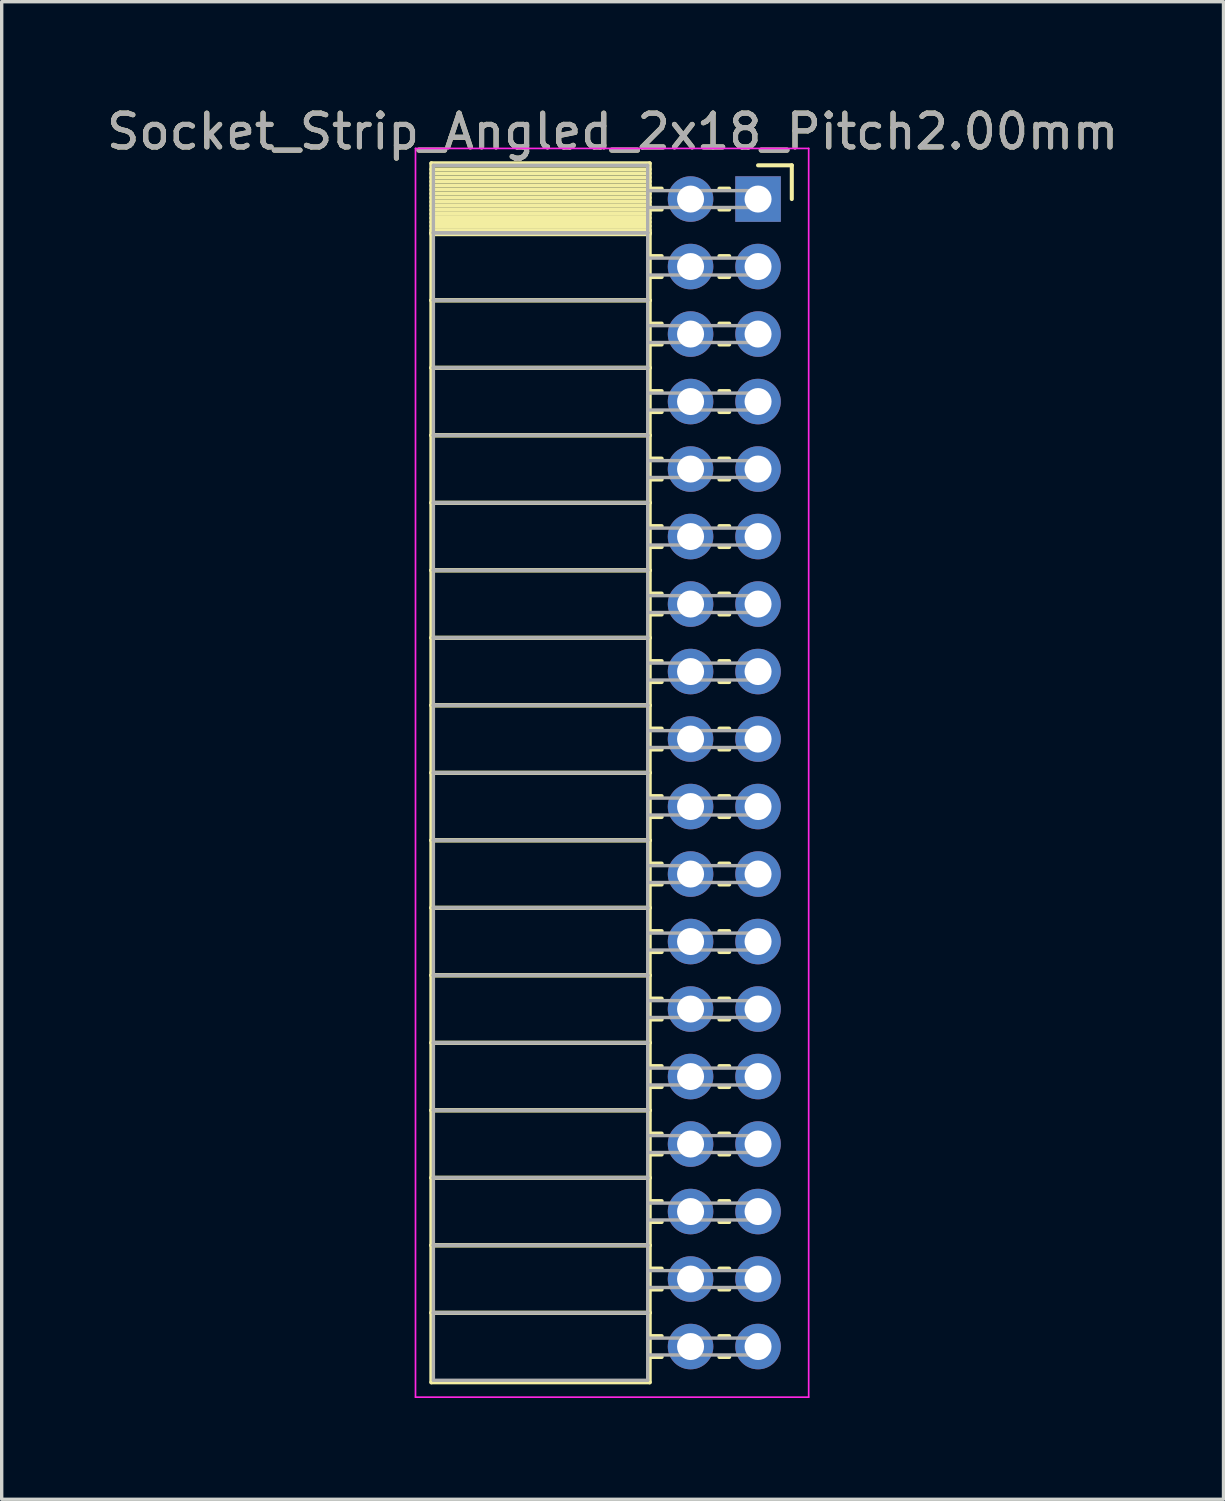
<source format=kicad_pcb>
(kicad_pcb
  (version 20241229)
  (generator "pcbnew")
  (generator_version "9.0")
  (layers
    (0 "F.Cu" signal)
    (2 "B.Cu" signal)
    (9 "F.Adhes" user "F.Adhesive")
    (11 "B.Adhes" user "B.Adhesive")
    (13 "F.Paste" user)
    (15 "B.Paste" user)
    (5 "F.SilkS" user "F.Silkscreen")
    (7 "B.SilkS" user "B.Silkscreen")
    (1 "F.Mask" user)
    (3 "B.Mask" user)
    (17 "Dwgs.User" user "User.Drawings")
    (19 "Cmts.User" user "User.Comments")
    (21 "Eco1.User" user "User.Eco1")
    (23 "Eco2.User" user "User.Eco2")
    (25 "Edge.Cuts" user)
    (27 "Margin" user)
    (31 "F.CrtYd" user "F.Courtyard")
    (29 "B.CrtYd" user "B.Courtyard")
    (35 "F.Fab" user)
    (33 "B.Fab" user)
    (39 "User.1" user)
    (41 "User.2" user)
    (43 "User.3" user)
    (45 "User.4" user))
  (footprint "Socket_Strip_Angled_2x18_Pitch2.00mm"
    (layer "F.Cu")
    (at 19.411 2.848)
    (property "Reference" "Socket_Strip_Angled_2x18_Pitch2.00mm" (at -4.31 -2 0) (layer "F.SilkS") (effects (font (size 1 1) (thickness 0.15))))
    (attr through_hole)
    (fp_line (start -9.68 -1.06) (end -3.21 -1.06) (stroke (width 0.12) (type solid)) (layer "F.SilkS"))
    (fp_line (start -9.68 1) (end -9.68 -1.06) (stroke (width 0.12) (type solid)) (layer "F.SilkS"))
    (fp_line (start -9.68 1) (end -3.21 1) (stroke (width 0.12) (type solid)) (layer "F.SilkS"))
    (fp_line (start -9.68 3) (end -9.68 1) (stroke (width 0.12) (type solid)) (layer "F.SilkS"))
    (fp_line (start -9.68 3) (end -3.21 3) (stroke (width 0.12) (type solid)) (layer "F.SilkS"))
    (fp_line (start -9.68 5) (end -9.68 3) (stroke (width 0.12) (type solid)) (layer "F.SilkS"))
    (fp_line (start -9.68 5) (end -3.21 5) (stroke (width 0.12) (type solid)) (layer "F.SilkS"))
    (fp_line (start -9.68 7) (end -9.68 5) (stroke (width 0.12) (type solid)) (layer "F.SilkS"))
    (fp_line (start -9.68 7) (end -3.21 7) (stroke (width 0.12) (type solid)) (layer "F.SilkS"))
    (fp_line (start -9.68 9) (end -9.68 7) (stroke (width 0.12) (type solid)) (layer "F.SilkS"))
    (fp_line (start -9.68 9) (end -3.21 9) (stroke (width 0.12) (type solid)) (layer "F.SilkS"))
    (fp_line (start -9.68 11) (end -9.68 9) (stroke (width 0.12) (type solid)) (layer "F.SilkS"))
    (fp_line (start -9.68 11) (end -3.21 11) (stroke (width 0.12) (type solid)) (layer "F.SilkS"))
    (fp_line (start -9.68 13) (end -9.68 11) (stroke (width 0.12) (type solid)) (layer "F.SilkS"))
    (fp_line (start -9.68 13) (end -3.21 13) (stroke (width 0.12) (type solid)) (layer "F.SilkS"))
    (fp_line (start -9.68 15) (end -9.68 13) (stroke (width 0.12) (type solid)) (layer "F.SilkS"))
    (fp_line (start -9.68 15) (end -3.21 15) (stroke (width 0.12) (type solid)) (layer "F.SilkS"))
    (fp_line (start -9.68 17) (end -9.68 15) (stroke (width 0.12) (type solid)) (layer "F.SilkS"))
    (fp_line (start -9.68 17) (end -3.21 17) (stroke (width 0.12) (type solid)) (layer "F.SilkS"))
    (fp_line (start -9.68 19) (end -9.68 17) (stroke (width 0.12) (type solid)) (layer "F.SilkS"))
    (fp_line (start -9.68 19) (end -3.21 19) (stroke (width 0.12) (type solid)) (layer "F.SilkS"))
    (fp_line (start -9.68 21) (end -9.68 19) (stroke (width 0.12) (type solid)) (layer "F.SilkS"))
    (fp_line (start -9.68 21) (end -3.21 21) (stroke (width 0.12) (type solid)) (layer "F.SilkS"))
    (fp_line (start -9.68 23) (end -9.68 21) (stroke (width 0.12) (type solid)) (layer "F.SilkS"))
    (fp_line (start -9.68 23) (end -3.21 23) (stroke (width 0.12) (type solid)) (layer "F.SilkS"))
    (fp_line (start -9.68 25) (end -9.68 23) (stroke (width 0.12) (type solid)) (layer "F.SilkS"))
    (fp_line (start -9.68 25) (end -3.21 25) (stroke (width 0.12) (type solid)) (layer "F.SilkS"))
    (fp_line (start -9.68 27) (end -9.68 25) (stroke (width 0.12) (type solid)) (layer "F.SilkS"))
    (fp_line (start -9.68 27) (end -3.21 27) (stroke (width 0.12) (type solid)) (layer "F.SilkS"))
    (fp_line (start -9.68 29) (end -9.68 27) (stroke (width 0.12) (type solid)) (layer "F.SilkS"))
    (fp_line (start -9.68 29) (end -3.21 29) (stroke (width 0.12) (type solid)) (layer "F.SilkS"))
    (fp_line (start -9.68 31) (end -9.68 29) (stroke (width 0.12) (type solid)) (layer "F.SilkS"))
    (fp_line (start -9.68 31) (end -3.21 31) (stroke (width 0.12) (type solid)) (layer "F.SilkS"))
    (fp_line (start -9.68 33) (end -9.68 31) (stroke (width 0.12) (type solid)) (layer "F.SilkS"))
    (fp_line (start -9.68 33) (end -3.21 33) (stroke (width 0.12) (type solid)) (layer "F.SilkS"))
    (fp_line (start -9.68 35.06) (end -9.68 33) (stroke (width 0.12) (type solid)) (layer "F.SilkS"))
    (fp_line (start -3.21 -1.06) (end -3.21 1) (stroke (width 0.12) (type solid)) (layer "F.SilkS"))
    (fp_line (start -3.21 -0.88) (end -9.68 -0.88) (stroke (width 0.12) (type solid)) (layer "F.SilkS"))
    (fp_line (start -3.21 -0.76) (end -9.68 -0.76) (stroke (width 0.12) (type solid)) (layer "F.SilkS"))
    (fp_line (start -3.21 -0.64) (end -9.68 -0.64) (stroke (width 0.12) (type solid)) (layer "F.SilkS"))
    (fp_line (start -3.21 -0.52) (end -9.68 -0.52) (stroke (width 0.12) (type solid)) (layer "F.SilkS"))
    (fp_line (start -3.21 -0.4) (end -9.68 -0.4) (stroke (width 0.12) (type solid)) (layer "F.SilkS"))
    (fp_line (start -3.21 -0.28) (end -9.68 -0.28) (stroke (width 0.12) (type solid)) (layer "F.SilkS"))
    (fp_line (start -3.21 -0.16) (end -9.68 -0.16) (stroke (width 0.12) (type solid)) (layer "F.SilkS"))
    (fp_line (start -3.21 -0.04) (end -9.68 -0.04) (stroke (width 0.12) (type solid)) (layer "F.SilkS"))
    (fp_line (start -3.21 0.08) (end -9.68 0.08) (stroke (width 0.12) (type solid)) (layer "F.SilkS"))
    (fp_line (start -3.21 0.2) (end -9.68 0.2) (stroke (width 0.12) (type solid)) (layer "F.SilkS"))
    (fp_line (start -3.21 0.32) (end -9.68 0.32) (stroke (width 0.12) (type solid)) (layer "F.SilkS"))
    (fp_line (start -3.21 0.44) (end -9.68 0.44) (stroke (width 0.12) (type solid)) (layer "F.SilkS"))
    (fp_line (start -3.21 0.56) (end -9.68 0.56) (stroke (width 0.12) (type solid)) (layer "F.SilkS"))
    (fp_line (start -3.21 0.68) (end -9.68 0.68) (stroke (width 0.12) (type solid)) (layer "F.SilkS"))
    (fp_line (start -3.21 0.8) (end -9.68 0.8) (stroke (width 0.12) (type solid)) (layer "F.SilkS"))
    (fp_line (start -3.21 0.92) (end -9.68 0.92) (stroke (width 0.12) (type solid)) (layer "F.SilkS"))
    (fp_line (start -3.21 1) (end -9.68 1) (stroke (width 0.12) (type solid)) (layer "F.SilkS"))
    (fp_line (start -3.21 1) (end -3.21 3) (stroke (width 0.12) (type solid)) (layer "F.SilkS"))
    (fp_line (start -3.21 1.04) (end -9.68 1.04) (stroke (width 0.12) (type solid)) (layer "F.SilkS"))
    (fp_line (start -3.21 3) (end -9.68 3) (stroke (width 0.12) (type solid)) (layer "F.SilkS"))
    (fp_line (start -3.21 3) (end -3.21 5) (stroke (width 0.12) (type solid)) (layer "F.SilkS"))
    (fp_line (start -3.21 5) (end -9.68 5) (stroke (width 0.12) (type solid)) (layer "F.SilkS"))
    (fp_line (start -3.21 5) (end -3.21 7) (stroke (width 0.12) (type solid)) (layer "F.SilkS"))
    (fp_line (start -3.21 7) (end -9.68 7) (stroke (width 0.12) (type solid)) (layer "F.SilkS"))
    (fp_line (start -3.21 7) (end -3.21 9) (stroke (width 0.12) (type solid)) (layer "F.SilkS"))
    (fp_line (start -3.21 9) (end -9.68 9) (stroke (width 0.12) (type solid)) (layer "F.SilkS"))
    (fp_line (start -3.21 9) (end -3.21 11) (stroke (width 0.12) (type solid)) (layer "F.SilkS"))
    (fp_line (start -3.21 11) (end -9.68 11) (stroke (width 0.12) (type solid)) (layer "F.SilkS"))
    (fp_line (start -3.21 11) (end -3.21 13) (stroke (width 0.12) (type solid)) (layer "F.SilkS"))
    (fp_line (start -3.21 13) (end -9.68 13) (stroke (width 0.12) (type solid)) (layer "F.SilkS"))
    (fp_line (start -3.21 13) (end -3.21 15) (stroke (width 0.12) (type solid)) (layer "F.SilkS"))
    (fp_line (start -3.21 15) (end -9.68 15) (stroke (width 0.12) (type solid)) (layer "F.SilkS"))
    (fp_line (start -3.21 15) (end -3.21 17) (stroke (width 0.12) (type solid)) (layer "F.SilkS"))
    (fp_line (start -3.21 17) (end -9.68 17) (stroke (width 0.12) (type solid)) (layer "F.SilkS"))
    (fp_line (start -3.21 17) (end -3.21 19) (stroke (width 0.12) (type solid)) (layer "F.SilkS"))
    (fp_line (start -3.21 19) (end -9.68 19) (stroke (width 0.12) (type solid)) (layer "F.SilkS"))
    (fp_line (start -3.21 19) (end -3.21 21) (stroke (width 0.12) (type solid)) (layer "F.SilkS"))
    (fp_line (start -3.21 21) (end -9.68 21) (stroke (width 0.12) (type solid)) (layer "F.SilkS"))
    (fp_line (start -3.21 21) (end -3.21 23) (stroke (width 0.12) (type solid)) (layer "F.SilkS"))
    (fp_line (start -3.21 23) (end -9.68 23) (stroke (width 0.12) (type solid)) (layer "F.SilkS"))
    (fp_line (start -3.21 23) (end -3.21 25) (stroke (width 0.12) (type solid)) (layer "F.SilkS"))
    (fp_line (start -3.21 25) (end -9.68 25) (stroke (width 0.12) (type solid)) (layer "F.SilkS"))
    (fp_line (start -3.21 25) (end -3.21 27) (stroke (width 0.12) (type solid)) (layer "F.SilkS"))
    (fp_line (start -3.21 27) (end -9.68 27) (stroke (width 0.12) (type solid)) (layer "F.SilkS"))
    (fp_line (start -3.21 27) (end -3.21 29) (stroke (width 0.12) (type solid)) (layer "F.SilkS"))
    (fp_line (start -3.21 29) (end -9.68 29) (stroke (width 0.12) (type solid)) (layer "F.SilkS"))
    (fp_line (start -3.21 29) (end -3.21 31) (stroke (width 0.12) (type solid)) (layer "F.SilkS"))
    (fp_line (start -3.21 31) (end -9.68 31) (stroke (width 0.12) (type solid)) (layer "F.SilkS"))
    (fp_line (start -3.21 31) (end -3.21 33) (stroke (width 0.12) (type solid)) (layer "F.SilkS"))
    (fp_line (start -3.21 33) (end -9.68 33) (stroke (width 0.12) (type solid)) (layer "F.SilkS"))
    (fp_line (start -3.21 33) (end -3.21 35.06) (stroke (width 0.12) (type solid)) (layer "F.SilkS"))
    (fp_line (start -3.21 35.06) (end -9.68 35.06) (stroke (width 0.12) (type solid)) (layer "F.SilkS"))
    (fp_line (start -2.855 -0.31) (end -3.21 -0.31) (stroke (width 0.12) (type solid)) (layer "F.SilkS"))
    (fp_line (start -2.855 0.31) (end -3.21 0.31) (stroke (width 0.12) (type solid)) (layer "F.SilkS"))
    (fp_line (start -2.855 1.69) (end -3.21 1.69) (stroke (width 0.12) (type solid)) (layer "F.SilkS"))
    (fp_line (start -2.855 2.31) (end -3.21 2.31) (stroke (width 0.12) (type solid)) (layer "F.SilkS"))
    (fp_line (start -2.855 3.69) (end -3.21 3.69) (stroke (width 0.12) (type solid)) (layer "F.SilkS"))
    (fp_line (start -2.855 4.31) (end -3.21 4.31) (stroke (width 0.12) (type solid)) (layer "F.SilkS"))
    (fp_line (start -2.855 5.69) (end -3.21 5.69) (stroke (width 0.12) (type solid)) (layer "F.SilkS"))
    (fp_line (start -2.855 6.31) (end -3.21 6.31) (stroke (width 0.12) (type solid)) (layer "F.SilkS"))
    (fp_line (start -2.855 7.69) (end -3.21 7.69) (stroke (width 0.12) (type solid)) (layer "F.SilkS"))
    (fp_line (start -2.855 8.31) (end -3.21 8.31) (stroke (width 0.12) (type solid)) (layer "F.SilkS"))
    (fp_line (start -2.855 9.69) (end -3.21 9.69) (stroke (width 0.12) (type solid)) (layer "F.SilkS"))
    (fp_line (start -2.855 10.31) (end -3.21 10.31) (stroke (width 0.12) (type solid)) (layer "F.SilkS"))
    (fp_line (start -2.855 11.69) (end -3.21 11.69) (stroke (width 0.12) (type solid)) (layer "F.SilkS"))
    (fp_line (start -2.855 12.31) (end -3.21 12.31) (stroke (width 0.12) (type solid)) (layer "F.SilkS"))
    (fp_line (start -2.855 13.69) (end -3.21 13.69) (stroke (width 0.12) (type solid)) (layer "F.SilkS"))
    (fp_line (start -2.855 14.31) (end -3.21 14.31) (stroke (width 0.12) (type solid)) (layer "F.SilkS"))
    (fp_line (start -2.855 15.69) (end -3.21 15.69) (stroke (width 0.12) (type solid)) (layer "F.SilkS"))
    (fp_line (start -2.855 16.31) (end -3.21 16.31) (stroke (width 0.12) (type solid)) (layer "F.SilkS"))
    (fp_line (start -2.855 17.69) (end -3.21 17.69) (stroke (width 0.12) (type solid)) (layer "F.SilkS"))
    (fp_line (start -2.855 18.31) (end -3.21 18.31) (stroke (width 0.12) (type solid)) (layer "F.SilkS"))
    (fp_line (start -2.855 19.69) (end -3.21 19.69) (stroke (width 0.12) (type solid)) (layer "F.SilkS"))
    (fp_line (start -2.855 20.31) (end -3.21 20.31) (stroke (width 0.12) (type solid)) (layer "F.SilkS"))
    (fp_line (start -2.855 21.69) (end -3.21 21.69) (stroke (width 0.12) (type solid)) (layer "F.SilkS"))
    (fp_line (start -2.855 22.31) (end -3.21 22.31) (stroke (width 0.12) (type solid)) (layer "F.SilkS"))
    (fp_line (start -2.855 23.69) (end -3.21 23.69) (stroke (width 0.12) (type solid)) (layer "F.SilkS"))
    (fp_line (start -2.855 24.31) (end -3.21 24.31) (stroke (width 0.12) (type solid)) (layer "F.SilkS"))
    (fp_line (start -2.855 25.69) (end -3.21 25.69) (stroke (width 0.12) (type solid)) (layer "F.SilkS"))
    (fp_line (start -2.855 26.31) (end -3.21 26.31) (stroke (width 0.12) (type solid)) (layer "F.SilkS"))
    (fp_line (start -2.855 27.69) (end -3.21 27.69) (stroke (width 0.12) (type solid)) (layer "F.SilkS"))
    (fp_line (start -2.855 28.31) (end -3.21 28.31) (stroke (width 0.12) (type solid)) (layer "F.SilkS"))
    (fp_line (start -2.855 29.69) (end -3.21 29.69) (stroke (width 0.12) (type solid)) (layer "F.SilkS"))
    (fp_line (start -2.855 30.31) (end -3.21 30.31) (stroke (width 0.12) (type solid)) (layer "F.SilkS"))
    (fp_line (start -2.855 31.69) (end -3.21 31.69) (stroke (width 0.12) (type solid)) (layer "F.SilkS"))
    (fp_line (start -2.855 32.31) (end -3.21 32.31) (stroke (width 0.12) (type solid)) (layer "F.SilkS"))
    (fp_line (start -2.855 33.69) (end -3.21 33.69) (stroke (width 0.12) (type solid)) (layer "F.SilkS"))
    (fp_line (start -2.855 34.31) (end -3.21 34.31) (stroke (width 0.12) (type solid)) (layer "F.SilkS"))
    (fp_line (start -0.855 -0.31) (end -1.145 -0.31) (stroke (width 0.12) (type solid)) (layer "F.SilkS"))
    (fp_line (start -0.855 0.31) (end -1.145 0.31) (stroke (width 0.12) (type solid)) (layer "F.SilkS"))
    (fp_line (start -0.855 1.69) (end -1.145 1.69) (stroke (width 0.12) (type solid)) (layer "F.SilkS"))
    (fp_line (start -0.855 2.31) (end -1.145 2.31) (stroke (width 0.12) (type solid)) (layer "F.SilkS"))
    (fp_line (start -0.855 3.69) (end -1.145 3.69) (stroke (width 0.12) (type solid)) (layer "F.SilkS"))
    (fp_line (start -0.855 4.31) (end -1.145 4.31) (stroke (width 0.12) (type solid)) (layer "F.SilkS"))
    (fp_line (start -0.855 5.69) (end -1.145 5.69) (stroke (width 0.12) (type solid)) (layer "F.SilkS"))
    (fp_line (start -0.855 6.31) (end -1.145 6.31) (stroke (width 0.12) (type solid)) (layer "F.SilkS"))
    (fp_line (start -0.855 7.69) (end -1.145 7.69) (stroke (width 0.12) (type solid)) (layer "F.SilkS"))
    (fp_line (start -0.855 8.31) (end -1.145 8.31) (stroke (width 0.12) (type solid)) (layer "F.SilkS"))
    (fp_line (start -0.855 9.69) (end -1.145 9.69) (stroke (width 0.12) (type solid)) (layer "F.SilkS"))
    (fp_line (start -0.855 10.31) (end -1.145 10.31) (stroke (width 0.12) (type solid)) (layer "F.SilkS"))
    (fp_line (start -0.855 11.69) (end -1.145 11.69) (stroke (width 0.12) (type solid)) (layer "F.SilkS"))
    (fp_line (start -0.855 12.31) (end -1.145 12.31) (stroke (width 0.12) (type solid)) (layer "F.SilkS"))
    (fp_line (start -0.855 13.69) (end -1.145 13.69) (stroke (width 0.12) (type solid)) (layer "F.SilkS"))
    (fp_line (start -0.855 14.31) (end -1.145 14.31) (stroke (width 0.12) (type solid)) (layer "F.SilkS"))
    (fp_line (start -0.855 15.69) (end -1.145 15.69) (stroke (width 0.12) (type solid)) (layer "F.SilkS"))
    (fp_line (start -0.855 16.31) (end -1.145 16.31) (stroke (width 0.12) (type solid)) (layer "F.SilkS"))
    (fp_line (start -0.855 17.69) (end -1.145 17.69) (stroke (width 0.12) (type solid)) (layer "F.SilkS"))
    (fp_line (start -0.855 18.31) (end -1.145 18.31) (stroke (width 0.12) (type solid)) (layer "F.SilkS"))
    (fp_line (start -0.855 19.69) (end -1.145 19.69) (stroke (width 0.12) (type solid)) (layer "F.SilkS"))
    (fp_line (start -0.855 20.31) (end -1.145 20.31) (stroke (width 0.12) (type solid)) (layer "F.SilkS"))
    (fp_line (start -0.855 21.69) (end -1.145 21.69) (stroke (width 0.12) (type solid)) (layer "F.SilkS"))
    (fp_line (start -0.855 22.31) (end -1.145 22.31) (stroke (width 0.12) (type solid)) (layer "F.SilkS"))
    (fp_line (start -0.855 23.69) (end -1.145 23.69) (stroke (width 0.12) (type solid)) (layer "F.SilkS"))
    (fp_line (start -0.855 24.31) (end -1.145 24.31) (stroke (width 0.12) (type solid)) (layer "F.SilkS"))
    (fp_line (start -0.855 25.69) (end -1.145 25.69) (stroke (width 0.12) (type solid)) (layer "F.SilkS"))
    (fp_line (start -0.855 26.31) (end -1.145 26.31) (stroke (width 0.12) (type solid)) (layer "F.SilkS"))
    (fp_line (start -0.855 27.69) (end -1.145 27.69) (stroke (width 0.12) (type solid)) (layer "F.SilkS"))
    (fp_line (start -0.855 28.31) (end -1.145 28.31) (stroke (width 0.12) (type solid)) (layer "F.SilkS"))
    (fp_line (start -0.855 29.69) (end -1.145 29.69) (stroke (width 0.12) (type solid)) (layer "F.SilkS"))
    (fp_line (start -0.855 30.31) (end -1.145 30.31) (stroke (width 0.12) (type solid)) (layer "F.SilkS"))
    (fp_line (start -0.855 31.69) (end -1.145 31.69) (stroke (width 0.12) (type solid)) (layer "F.SilkS"))
    (fp_line (start -0.855 32.31) (end -1.145 32.31) (stroke (width 0.12) (type solid)) (layer "F.SilkS"))
    (fp_line (start -0.855 33.69) (end -1.145 33.69) (stroke (width 0.12) (type solid)) (layer "F.SilkS"))
    (fp_line (start -0.855 34.31) (end -1.145 34.31) (stroke (width 0.12) (type solid)) (layer "F.SilkS"))
    (fp_line (start 0 -1) (end 1 -1) (stroke (width 0.12) (type solid)) (layer "F.SilkS"))
    (fp_line (start 1 -1) (end 1 0) (stroke (width 0.12) (type solid)) (layer "F.SilkS"))
    (fp_line (start -10.15 -1.5) (end 1.5 -1.5) (stroke (width 0.05) (type solid)) (layer "F.CrtYd"))
    (fp_line (start -10.15 35.5) (end -10.15 -1.5) (stroke (width 0.05) (type solid)) (layer "F.CrtYd"))
    (fp_line (start 1.5 -1.5) (end 1.5 35.5) (stroke (width 0.05) (type solid)) (layer "F.CrtYd"))
    (fp_line (start 1.5 35.5) (end -10.15 35.5) (stroke (width 0.05) (type solid)) (layer "F.CrtYd"))
    (fp_line (start -9.62 -1) (end -3.27 -1) (stroke (width 0.1) (type solid)) (layer "F.Fab"))
    (fp_line (start -9.62 1) (end -9.62 -1) (stroke (width 0.1) (type solid)) (layer "F.Fab"))
    (fp_line (start -9.62 1) (end -3.27 1) (stroke (width 0.1) (type solid)) (layer "F.Fab"))
    (fp_line (start -9.62 3) (end -9.62 1) (stroke (width 0.1) (type solid)) (layer "F.Fab"))
    (fp_line (start -9.62 3) (end -3.27 3) (stroke (width 0.1) (type solid)) (layer "F.Fab"))
    (fp_line (start -9.62 5) (end -9.62 3) (stroke (width 0.1) (type solid)) (layer "F.Fab"))
    (fp_line (start -9.62 5) (end -3.27 5) (stroke (width 0.1) (type solid)) (layer "F.Fab"))
    (fp_line (start -9.62 7) (end -9.62 5) (stroke (width 0.1) (type solid)) (layer "F.Fab"))
    (fp_line (start -9.62 7) (end -3.27 7) (stroke (width 0.1) (type solid)) (layer "F.Fab"))
    (fp_line (start -9.62 9) (end -9.62 7) (stroke (width 0.1) (type solid)) (layer "F.Fab"))
    (fp_line (start -9.62 9) (end -3.27 9) (stroke (width 0.1) (type solid)) (layer "F.Fab"))
    (fp_line (start -9.62 11) (end -9.62 9) (stroke (width 0.1) (type solid)) (layer "F.Fab"))
    (fp_line (start -9.62 11) (end -3.27 11) (stroke (width 0.1) (type solid)) (layer "F.Fab"))
    (fp_line (start -9.62 13) (end -9.62 11) (stroke (width 0.1) (type solid)) (layer "F.Fab"))
    (fp_line (start -9.62 13) (end -3.27 13) (stroke (width 0.1) (type solid)) (layer "F.Fab"))
    (fp_line (start -9.62 15) (end -9.62 13) (stroke (width 0.1) (type solid)) (layer "F.Fab"))
    (fp_line (start -9.62 15) (end -3.27 15) (stroke (width 0.1) (type solid)) (layer "F.Fab"))
    (fp_line (start -9.62 17) (end -9.62 15) (stroke (width 0.1) (type solid)) (layer "F.Fab"))
    (fp_line (start -9.62 17) (end -3.27 17) (stroke (width 0.1) (type solid)) (layer "F.Fab"))
    (fp_line (start -9.62 19) (end -9.62 17) (stroke (width 0.1) (type solid)) (layer "F.Fab"))
    (fp_line (start -9.62 19) (end -3.27 19) (stroke (width 0.1) (type solid)) (layer "F.Fab"))
    (fp_line (start -9.62 21) (end -9.62 19) (stroke (width 0.1) (type solid)) (layer "F.Fab"))
    (fp_line (start -9.62 21) (end -3.27 21) (stroke (width 0.1) (type solid)) (layer "F.Fab"))
    (fp_line (start -9.62 23) (end -9.62 21) (stroke (width 0.1) (type solid)) (layer "F.Fab"))
    (fp_line (start -9.62 23) (end -3.27 23) (stroke (width 0.1) (type solid)) (layer "F.Fab"))
    (fp_line (start -9.62 25) (end -9.62 23) (stroke (width 0.1) (type solid)) (layer "F.Fab"))
    (fp_line (start -9.62 25) (end -3.27 25) (stroke (width 0.1) (type solid)) (layer "F.Fab"))
    (fp_line (start -9.62 27) (end -9.62 25) (stroke (width 0.1) (type solid)) (layer "F.Fab"))
    (fp_line (start -9.62 27) (end -3.27 27) (stroke (width 0.1) (type solid)) (layer "F.Fab"))
    (fp_line (start -9.62 29) (end -9.62 27) (stroke (width 0.1) (type solid)) (layer "F.Fab"))
    (fp_line (start -9.62 29) (end -3.27 29) (stroke (width 0.1) (type solid)) (layer "F.Fab"))
    (fp_line (start -9.62 31) (end -9.62 29) (stroke (width 0.1) (type solid)) (layer "F.Fab"))
    (fp_line (start -9.62 31) (end -3.27 31) (stroke (width 0.1) (type solid)) (layer "F.Fab"))
    (fp_line (start -9.62 33) (end -9.62 31) (stroke (width 0.1) (type solid)) (layer "F.Fab"))
    (fp_line (start -9.62 33) (end -3.27 33) (stroke (width 0.1) (type solid)) (layer "F.Fab"))
    (fp_line (start -9.62 35) (end -9.62 33) (stroke (width 0.1) (type solid)) (layer "F.Fab"))
    (fp_line (start -3.27 -1) (end -3.27 1) (stroke (width 0.1) (type solid)) (layer "F.Fab"))
    (fp_line (start -3.27 -0.25) (end 0 -0.25) (stroke (width 0.1) (type solid)) (layer "F.Fab"))
    (fp_line (start -3.27 0.25) (end -3.27 -0.25) (stroke (width 0.1) (type solid)) (layer "F.Fab"))
    (fp_line (start -3.27 1) (end -9.62 1) (stroke (width 0.1) (type solid)) (layer "F.Fab"))
    (fp_line (start -3.27 1) (end -3.27 3) (stroke (width 0.1) (type solid)) (layer "F.Fab"))
    (fp_line (start -3.27 1.75) (end 0 1.75) (stroke (width 0.1) (type solid)) (layer "F.Fab"))
    (fp_line (start -3.27 2.25) (end -3.27 1.75) (stroke (width 0.1) (type solid)) (layer "F.Fab"))
    (fp_line (start -3.27 3) (end -9.62 3) (stroke (width 0.1) (type solid)) (layer "F.Fab"))
    (fp_line (start -3.27 3) (end -3.27 5) (stroke (width 0.1) (type solid)) (layer "F.Fab"))
    (fp_line (start -3.27 3.75) (end 0 3.75) (stroke (width 0.1) (type solid)) (layer "F.Fab"))
    (fp_line (start -3.27 4.25) (end -3.27 3.75) (stroke (width 0.1) (type solid)) (layer "F.Fab"))
    (fp_line (start -3.27 5) (end -9.62 5) (stroke (width 0.1) (type solid)) (layer "F.Fab"))
    (fp_line (start -3.27 5) (end -3.27 7) (stroke (width 0.1) (type solid)) (layer "F.Fab"))
    (fp_line (start -3.27 5.75) (end 0 5.75) (stroke (width 0.1) (type solid)) (layer "F.Fab"))
    (fp_line (start -3.27 6.25) (end -3.27 5.75) (stroke (width 0.1) (type solid)) (layer "F.Fab"))
    (fp_line (start -3.27 7) (end -9.62 7) (stroke (width 0.1) (type solid)) (layer "F.Fab"))
    (fp_line (start -3.27 7) (end -3.27 9) (stroke (width 0.1) (type solid)) (layer "F.Fab"))
    (fp_line (start -3.27 7.75) (end 0 7.75) (stroke (width 0.1) (type solid)) (layer "F.Fab"))
    (fp_line (start -3.27 8.25) (end -3.27 7.75) (stroke (width 0.1) (type solid)) (layer "F.Fab"))
    (fp_line (start -3.27 9) (end -9.62 9) (stroke (width 0.1) (type solid)) (layer "F.Fab"))
    (fp_line (start -3.27 9) (end -3.27 11) (stroke (width 0.1) (type solid)) (layer "F.Fab"))
    (fp_line (start -3.27 9.75) (end 0 9.75) (stroke (width 0.1) (type solid)) (layer "F.Fab"))
    (fp_line (start -3.27 10.25) (end -3.27 9.75) (stroke (width 0.1) (type solid)) (layer "F.Fab"))
    (fp_line (start -3.27 11) (end -9.62 11) (stroke (width 0.1) (type solid)) (layer "F.Fab"))
    (fp_line (start -3.27 11) (end -3.27 13) (stroke (width 0.1) (type solid)) (layer "F.Fab"))
    (fp_line (start -3.27 11.75) (end 0 11.75) (stroke (width 0.1) (type solid)) (layer "F.Fab"))
    (fp_line (start -3.27 12.25) (end -3.27 11.75) (stroke (width 0.1) (type solid)) (layer "F.Fab"))
    (fp_line (start -3.27 13) (end -9.62 13) (stroke (width 0.1) (type solid)) (layer "F.Fab"))
    (fp_line (start -3.27 13) (end -3.27 15) (stroke (width 0.1) (type solid)) (layer "F.Fab"))
    (fp_line (start -3.27 13.75) (end 0 13.75) (stroke (width 0.1) (type solid)) (layer "F.Fab"))
    (fp_line (start -3.27 14.25) (end -3.27 13.75) (stroke (width 0.1) (type solid)) (layer "F.Fab"))
    (fp_line (start -3.27 15) (end -9.62 15) (stroke (width 0.1) (type solid)) (layer "F.Fab"))
    (fp_line (start -3.27 15) (end -3.27 17) (stroke (width 0.1) (type solid)) (layer "F.Fab"))
    (fp_line (start -3.27 15.75) (end 0 15.75) (stroke (width 0.1) (type solid)) (layer "F.Fab"))
    (fp_line (start -3.27 16.25) (end -3.27 15.75) (stroke (width 0.1) (type solid)) (layer "F.Fab"))
    (fp_line (start -3.27 17) (end -9.62 17) (stroke (width 0.1) (type solid)) (layer "F.Fab"))
    (fp_line (start -3.27 17) (end -3.27 19) (stroke (width 0.1) (type solid)) (layer "F.Fab"))
    (fp_line (start -3.27 17.75) (end 0 17.75) (stroke (width 0.1) (type solid)) (layer "F.Fab"))
    (fp_line (start -3.27 18.25) (end -3.27 17.75) (stroke (width 0.1) (type solid)) (layer "F.Fab"))
    (fp_line (start -3.27 19) (end -9.62 19) (stroke (width 0.1) (type solid)) (layer "F.Fab"))
    (fp_line (start -3.27 19) (end -3.27 21) (stroke (width 0.1) (type solid)) (layer "F.Fab"))
    (fp_line (start -3.27 19.75) (end 0 19.75) (stroke (width 0.1) (type solid)) (layer "F.Fab"))
    (fp_line (start -3.27 20.25) (end -3.27 19.75) (stroke (width 0.1) (type solid)) (layer "F.Fab"))
    (fp_line (start -3.27 21) (end -9.62 21) (stroke (width 0.1) (type solid)) (layer "F.Fab"))
    (fp_line (start -3.27 21) (end -3.27 23) (stroke (width 0.1) (type solid)) (layer "F.Fab"))
    (fp_line (start -3.27 21.75) (end 0 21.75) (stroke (width 0.1) (type solid)) (layer "F.Fab"))
    (fp_line (start -3.27 22.25) (end -3.27 21.75) (stroke (width 0.1) (type solid)) (layer "F.Fab"))
    (fp_line (start -3.27 23) (end -9.62 23) (stroke (width 0.1) (type solid)) (layer "F.Fab"))
    (fp_line (start -3.27 23) (end -3.27 25) (stroke (width 0.1) (type solid)) (layer "F.Fab"))
    (fp_line (start -3.27 23.75) (end 0 23.75) (stroke (width 0.1) (type solid)) (layer "F.Fab"))
    (fp_line (start -3.27 24.25) (end -3.27 23.75) (stroke (width 0.1) (type solid)) (layer "F.Fab"))
    (fp_line (start -3.27 25) (end -9.62 25) (stroke (width 0.1) (type solid)) (layer "F.Fab"))
    (fp_line (start -3.27 25) (end -3.27 27) (stroke (width 0.1) (type solid)) (layer "F.Fab"))
    (fp_line (start -3.27 25.75) (end 0 25.75) (stroke (width 0.1) (type solid)) (layer "F.Fab"))
    (fp_line (start -3.27 26.25) (end -3.27 25.75) (stroke (width 0.1) (type solid)) (layer "F.Fab"))
    (fp_line (start -3.27 27) (end -9.62 27) (stroke (width 0.1) (type solid)) (layer "F.Fab"))
    (fp_line (start -3.27 27) (end -3.27 29) (stroke (width 0.1) (type solid)) (layer "F.Fab"))
    (fp_line (start -3.27 27.75) (end 0 27.75) (stroke (width 0.1) (type solid)) (layer "F.Fab"))
    (fp_line (start -3.27 28.25) (end -3.27 27.75) (stroke (width 0.1) (type solid)) (layer "F.Fab"))
    (fp_line (start -3.27 29) (end -9.62 29) (stroke (width 0.1) (type solid)) (layer "F.Fab"))
    (fp_line (start -3.27 29) (end -3.27 31) (stroke (width 0.1) (type solid)) (layer "F.Fab"))
    (fp_line (start -3.27 29.75) (end 0 29.75) (stroke (width 0.1) (type solid)) (layer "F.Fab"))
    (fp_line (start -3.27 30.25) (end -3.27 29.75) (stroke (width 0.1) (type solid)) (layer "F.Fab"))
    (fp_line (start -3.27 31) (end -9.62 31) (stroke (width 0.1) (type solid)) (layer "F.Fab"))
    (fp_line (start -3.27 31) (end -3.27 33) (stroke (width 0.1) (type solid)) (layer "F.Fab"))
    (fp_line (start -3.27 31.75) (end 0 31.75) (stroke (width 0.1) (type solid)) (layer "F.Fab"))
    (fp_line (start -3.27 32.25) (end -3.27 31.75) (stroke (width 0.1) (type solid)) (layer "F.Fab"))
    (fp_line (start -3.27 33) (end -9.62 33) (stroke (width 0.1) (type solid)) (layer "F.Fab"))
    (fp_line (start -3.27 33) (end -3.27 35) (stroke (width 0.1) (type solid)) (layer "F.Fab"))
    (fp_line (start -3.27 33.75) (end 0 33.75) (stroke (width 0.1) (type solid)) (layer "F.Fab"))
    (fp_line (start -3.27 34.25) (end -3.27 33.75) (stroke (width 0.1) (type solid)) (layer "F.Fab"))
    (fp_line (start -3.27 35) (end -9.62 35) (stroke (width 0.1) (type solid)) (layer "F.Fab"))
    (fp_line (start 0 -0.25) (end 0 0.25) (stroke (width 0.1) (type solid)) (layer "F.Fab"))
    (fp_line (start 0 0.25) (end -3.27 0.25) (stroke (width 0.1) (type solid)) (layer "F.Fab"))
    (fp_line (start 0 1.75) (end 0 2.25) (stroke (width 0.1) (type solid)) (layer "F.Fab"))
    (fp_line (start 0 2.25) (end -3.27 2.25) (stroke (width 0.1) (type solid)) (layer "F.Fab"))
    (fp_line (start 0 3.75) (end 0 4.25) (stroke (width 0.1) (type solid)) (layer "F.Fab"))
    (fp_line (start 0 4.25) (end -3.27 4.25) (stroke (width 0.1) (type solid)) (layer "F.Fab"))
    (fp_line (start 0 5.75) (end 0 6.25) (stroke (width 0.1) (type solid)) (layer "F.Fab"))
    (fp_line (start 0 6.25) (end -3.27 6.25) (stroke (width 0.1) (type solid)) (layer "F.Fab"))
    (fp_line (start 0 7.75) (end 0 8.25) (stroke (width 0.1) (type solid)) (layer "F.Fab"))
    (fp_line (start 0 8.25) (end -3.27 8.25) (stroke (width 0.1) (type solid)) (layer "F.Fab"))
    (fp_line (start 0 9.75) (end 0 10.25) (stroke (width 0.1) (type solid)) (layer "F.Fab"))
    (fp_line (start 0 10.25) (end -3.27 10.25) (stroke (width 0.1) (type solid)) (layer "F.Fab"))
    (fp_line (start 0 11.75) (end 0 12.25) (stroke (width 0.1) (type solid)) (layer "F.Fab"))
    (fp_line (start 0 12.25) (end -3.27 12.25) (stroke (width 0.1) (type solid)) (layer "F.Fab"))
    (fp_line (start 0 13.75) (end 0 14.25) (stroke (width 0.1) (type solid)) (layer "F.Fab"))
    (fp_line (start 0 14.25) (end -3.27 14.25) (stroke (width 0.1) (type solid)) (layer "F.Fab"))
    (fp_line (start 0 15.75) (end 0 16.25) (stroke (width 0.1) (type solid)) (layer "F.Fab"))
    (fp_line (start 0 16.25) (end -3.27 16.25) (stroke (width 0.1) (type solid)) (layer "F.Fab"))
    (fp_line (start 0 17.75) (end 0 18.25) (stroke (width 0.1) (type solid)) (layer "F.Fab"))
    (fp_line (start 0 18.25) (end -3.27 18.25) (stroke (width 0.1) (type solid)) (layer "F.Fab"))
    (fp_line (start 0 19.75) (end 0 20.25) (stroke (width 0.1) (type solid)) (layer "F.Fab"))
    (fp_line (start 0 20.25) (end -3.27 20.25) (stroke (width 0.1) (type solid)) (layer "F.Fab"))
    (fp_line (start 0 21.75) (end 0 22.25) (stroke (width 0.1) (type solid)) (layer "F.Fab"))
    (fp_line (start 0 22.25) (end -3.27 22.25) (stroke (width 0.1) (type solid)) (layer "F.Fab"))
    (fp_line (start 0 23.75) (end 0 24.25) (stroke (width 0.1) (type solid)) (layer "F.Fab"))
    (fp_line (start 0 24.25) (end -3.27 24.25) (stroke (width 0.1) (type solid)) (layer "F.Fab"))
    (fp_line (start 0 25.75) (end 0 26.25) (stroke (width 0.1) (type solid)) (layer "F.Fab"))
    (fp_line (start 0 26.25) (end -3.27 26.25) (stroke (width 0.1) (type solid)) (layer "F.Fab"))
    (fp_line (start 0 27.75) (end 0 28.25) (stroke (width 0.1) (type solid)) (layer "F.Fab"))
    (fp_line (start 0 28.25) (end -3.27 28.25) (stroke (width 0.1) (type solid)) (layer "F.Fab"))
    (fp_line (start 0 29.75) (end 0 30.25) (stroke (width 0.1) (type solid)) (layer "F.Fab"))
    (fp_line (start 0 30.25) (end -3.27 30.25) (stroke (width 0.1) (type solid)) (layer "F.Fab"))
    (fp_line (start 0 31.75) (end 0 32.25) (stroke (width 0.1) (type solid)) (layer "F.Fab"))
    (fp_line (start 0 32.25) (end -3.27 32.25) (stroke (width 0.1) (type solid)) (layer "F.Fab"))
    (fp_line (start 0 33.75) (end 0 34.25) (stroke (width 0.1) (type solid)) (layer "F.Fab"))
    (fp_line (start 0 34.25) (end -3.27 34.25) (stroke (width 0.1) (type solid)) (layer "F.Fab"))
    (fp_text user "${REFERENCE}" (at -4.31 -2 0) (layer "F.Fab") (effects (font (size 1 1) (thickness 0.15))))
    (pad "1" thru_hole rect (at 0 0) (size 1.35 1.35) (drill 0.8) (layers "*.Cu" "*.Mask"))
    (pad "2" thru_hole oval (at -2 0) (size 1.35 1.35) (drill 0.8) (layers "*.Cu" "*.Mask"))
    (pad "3" thru_hole oval (at 0 2) (size 1.35 1.35) (drill 0.8) (layers "*.Cu" "*.Mask"))
    (pad "4" thru_hole oval (at -2 2) (size 1.35 1.35) (drill 0.8) (layers "*.Cu" "*.Mask"))
    (pad "5" thru_hole oval (at 0 4) (size 1.35 1.35) (drill 0.8) (layers "*.Cu" "*.Mask"))
    (pad "6" thru_hole oval (at -2 4) (size 1.35 1.35) (drill 0.8) (layers "*.Cu" "*.Mask"))
    (pad "7" thru_hole oval (at 0 6) (size 1.35 1.35) (drill 0.8) (layers "*.Cu" "*.Mask"))
    (pad "8" thru_hole oval (at -2 6) (size 1.35 1.35) (drill 0.8) (layers "*.Cu" "*.Mask"))
    (pad "9" thru_hole oval (at 0 8) (size 1.35 1.35) (drill 0.8) (layers "*.Cu" "*.Mask"))
    (pad "10" thru_hole oval (at -2 8) (size 1.35 1.35) (drill 0.8) (layers "*.Cu" "*.Mask"))
    (pad "11" thru_hole oval (at 0 10) (size 1.35 1.35) (drill 0.8) (layers "*.Cu" "*.Mask"))
    (pad "12" thru_hole oval (at -2 10) (size 1.35 1.35) (drill 0.8) (layers "*.Cu" "*.Mask"))
    (pad "13" thru_hole oval (at 0 12) (size 1.35 1.35) (drill 0.8) (layers "*.Cu" "*.Mask"))
    (pad "14" thru_hole oval (at -2 12) (size 1.35 1.35) (drill 0.8) (layers "*.Cu" "*.Mask"))
    (pad "15" thru_hole oval (at 0 14) (size 1.35 1.35) (drill 0.8) (layers "*.Cu" "*.Mask"))
    (pad "16" thru_hole oval (at -2 14) (size 1.35 1.35) (drill 0.8) (layers "*.Cu" "*.Mask"))
    (pad "17" thru_hole oval (at 0 16) (size 1.35 1.35) (drill 0.8) (layers "*.Cu" "*.Mask"))
    (pad "18" thru_hole oval (at -2 16) (size 1.35 1.35) (drill 0.8) (layers "*.Cu" "*.Mask"))
    (pad "19" thru_hole oval (at 0 18) (size 1.35 1.35) (drill 0.8) (layers "*.Cu" "*.Mask"))
    (pad "20" thru_hole oval (at -2 18) (size 1.35 1.35) (drill 0.8) (layers "*.Cu" "*.Mask"))
    (pad "21" thru_hole oval (at 0 20) (size 1.35 1.35) (drill 0.8) (layers "*.Cu" "*.Mask"))
    (pad "22" thru_hole oval (at -2 20) (size 1.35 1.35) (drill 0.8) (layers "*.Cu" "*.Mask"))
    (pad "23" thru_hole oval (at 0 22) (size 1.35 1.35) (drill 0.8) (layers "*.Cu" "*.Mask"))
    (pad "24" thru_hole oval (at -2 22) (size 1.35 1.35) (drill 0.8) (layers "*.Cu" "*.Mask"))
    (pad "25" thru_hole oval (at 0 24) (size 1.35 1.35) (drill 0.8) (layers "*.Cu" "*.Mask"))
    (pad "26" thru_hole oval (at -2 24) (size 1.35 1.35) (drill 0.8) (layers "*.Cu" "*.Mask"))
    (pad "27" thru_hole oval (at 0 26) (size 1.35 1.35) (drill 0.8) (layers "*.Cu" "*.Mask"))
    (pad "28" thru_hole oval (at -2 26) (size 1.35 1.35) (drill 0.8) (layers "*.Cu" "*.Mask"))
    (pad "29" thru_hole oval (at 0 28) (size 1.35 1.35) (drill 0.8) (layers "*.Cu" "*.Mask"))
    (pad "30" thru_hole oval (at -2 28) (size 1.35 1.35) (drill 0.8) (layers "*.Cu" "*.Mask"))
    (pad "31" thru_hole oval (at 0 30) (size 1.35 1.35) (drill 0.8) (layers "*.Cu" "*.Mask"))
    (pad "32" thru_hole oval (at -2 30) (size 1.35 1.35) (drill 0.8) (layers "*.Cu" "*.Mask"))
    (pad "33" thru_hole oval (at 0 32) (size 1.35 1.35) (drill 0.8) (layers "*.Cu" "*.Mask"))
    (pad "34" thru_hole oval (at -2 32) (size 1.35 1.35) (drill 0.8) (layers "*.Cu" "*.Mask"))
    (pad "35" thru_hole oval (at 0 34) (size 1.35 1.35) (drill 0.8) (layers "*.Cu" "*.Mask"))
    (pad "36" thru_hole oval (at -2 34) (size 1.35 1.35) (drill 0.8) (layers "*.Cu" "*.Mask")))
  (gr_rect
    (start -3 -3)
    (end 33.202 41.373)
    (stroke (width 0.1) (type default))
    (fill no)
    (layer "Edge.Cuts")))
</source>
